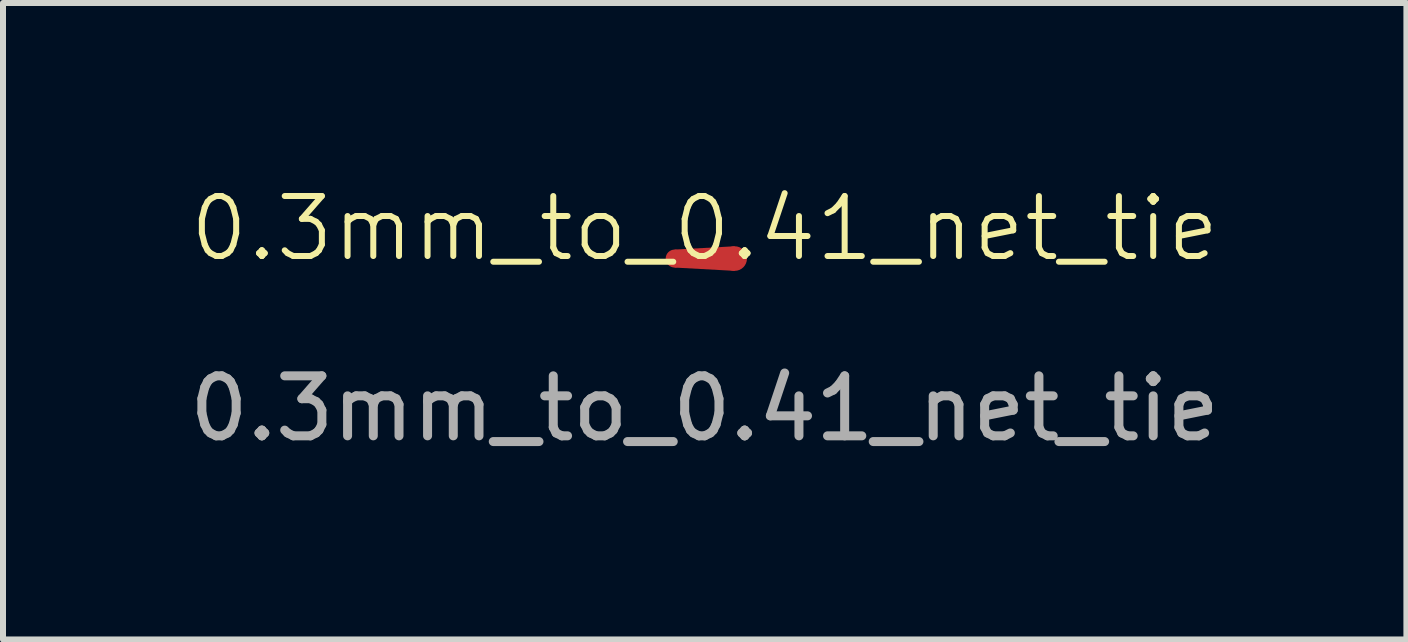
<source format=kicad_pcb>
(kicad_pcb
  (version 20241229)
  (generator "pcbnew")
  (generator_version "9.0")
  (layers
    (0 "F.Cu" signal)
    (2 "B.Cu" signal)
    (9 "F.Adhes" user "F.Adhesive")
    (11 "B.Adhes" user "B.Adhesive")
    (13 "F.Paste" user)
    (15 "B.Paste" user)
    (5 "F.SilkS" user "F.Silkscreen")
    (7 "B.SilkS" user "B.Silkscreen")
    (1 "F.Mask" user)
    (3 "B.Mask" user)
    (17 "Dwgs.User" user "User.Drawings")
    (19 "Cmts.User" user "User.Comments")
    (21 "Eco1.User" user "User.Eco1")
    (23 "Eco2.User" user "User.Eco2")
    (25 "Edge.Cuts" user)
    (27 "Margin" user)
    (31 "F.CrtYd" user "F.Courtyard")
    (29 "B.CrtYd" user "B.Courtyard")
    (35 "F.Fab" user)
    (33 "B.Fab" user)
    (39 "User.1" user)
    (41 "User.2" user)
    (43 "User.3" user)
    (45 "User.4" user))
  (footprint "0.3mm_to_0.41_net_tie"
    (layer "F.Cu")
    (at 8.696 1.26)
    (property "Reference" "0.3mm_to_0.41_net_tie" (at 0 -0.5 0) (unlocked yes) (layer "F.SilkS") (effects (font (size 1 1) (thickness 0.1))))
    (attr smd allow_missing_courtyard)
    (fp_poly (pts (xy 0.5 -0.205) (xy -0.5 -0.15) (xy -0.5 0.15) (xy 0.5 0.205)) (stroke (width 0) (type solid)) (fill yes) (layer "F.Cu"))
    (fp_text user "${REFERENCE}" (at 0 2.5 0) (unlocked yes) (layer "F.Fab") (effects (font (size 1 1) (thickness 0.15))))
    (pad "1" smd circle (at 0.5 0) (size 0.41 0.41) (layers "F.Cu"))
    (pad "2" smd circle (at -0.5 0) (size 0.3 0.3) (layers "F.Cu")))
  (gr_rect
    (start -3 -3)
    (end 20.393 7.609)
    (stroke (width 0.1) (type default))
    (fill no)
    (layer "Edge.Cuts")))
</source>
